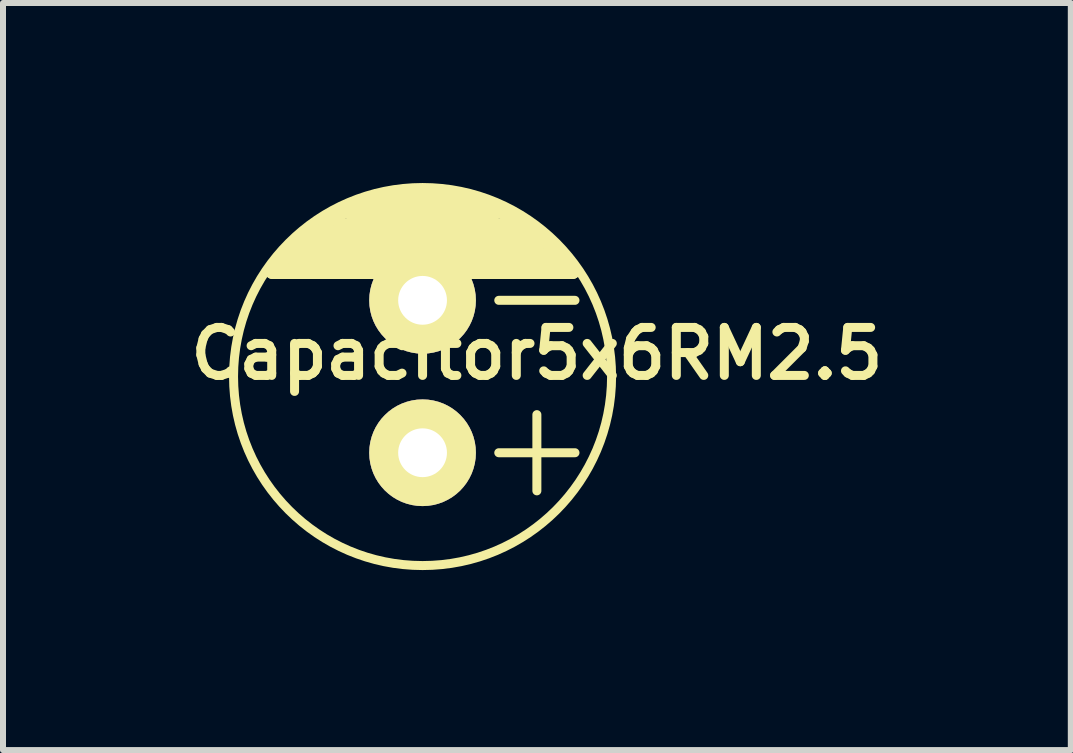
<source format=kicad_pcb>
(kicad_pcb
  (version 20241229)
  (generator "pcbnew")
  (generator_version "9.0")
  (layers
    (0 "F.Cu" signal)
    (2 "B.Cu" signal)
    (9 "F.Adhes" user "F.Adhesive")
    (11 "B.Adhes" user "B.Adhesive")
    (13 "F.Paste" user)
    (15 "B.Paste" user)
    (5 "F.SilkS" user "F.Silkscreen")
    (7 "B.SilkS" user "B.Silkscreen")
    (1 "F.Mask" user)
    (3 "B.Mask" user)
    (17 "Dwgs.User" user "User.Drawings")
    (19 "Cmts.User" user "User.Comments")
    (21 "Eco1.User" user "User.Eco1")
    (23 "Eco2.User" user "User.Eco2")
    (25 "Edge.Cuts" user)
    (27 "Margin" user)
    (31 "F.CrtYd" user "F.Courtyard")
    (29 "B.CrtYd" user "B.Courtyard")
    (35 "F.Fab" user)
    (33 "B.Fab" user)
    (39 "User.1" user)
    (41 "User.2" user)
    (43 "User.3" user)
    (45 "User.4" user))
  (footprint "Capacitor5x6RM2.5"
    (layer "F.Cu")
    (at 3.992 3.225)
    (property "Reference" "Capacitor5x6RM2.5" (at 1.905 -0.381 180) (layer "F.SilkS") (effects (font (size 0.8 0.8) (thickness 0.15))))
    (attr through_hole)
    (fp_line (start -2.25 -2) (end 2.25 -2) (stroke (width 0.25) (type solid)) (layer "F.SilkS"))
    (fp_line (start -1.75 -2.5) (end 1.75 -2.5) (stroke (width 0.25) (type solid)) (layer "F.SilkS"))
    (fp_line (start -0.75 -3) (end 0.75 -3) (stroke (width 0.25) (type solid)) (layer "F.SilkS"))
    (fp_line (start 1.25 -2.75) (end -1.25 -2.75) (stroke (width 0.25) (type solid)) (layer "F.SilkS"))
    (fp_line (start 1.27 -1.27) (end 2.54 -1.27) (stroke (width 0.15) (type solid)) (layer "F.SilkS"))
    (fp_line (start 1.905 0.635) (end 1.905 1.905) (stroke (width 0.15) (type solid)) (layer "F.SilkS"))
    (fp_line (start 2 -2.25) (end -2 -2.25) (stroke (width 0.25) (type solid)) (layer "F.SilkS"))
    (fp_line (start 2.5 -1.75) (end -2.5 -1.75) (stroke (width 0.25) (type solid)) (layer "F.SilkS"))
    (fp_line (start 2.54 1.27) (end 1.27 1.27) (stroke (width 0.15) (type solid)) (layer "F.SilkS"))
    (fp_arc (start -2.5 -1.75) (mid -0.000425 -3.051639) (end 2.499512 -1.750696) (stroke (width 0.25) (type solid)) (layer "F.SilkS"))
    (fp_circle (center 0 0) (end -3.15 0) (stroke (width 0.15) (type solid)) (fill no) (layer "F.SilkS"))
    (pad "1" thru_hole circle (at 0 1.27) (size 1.778 1.778) (drill 0.813) (layers "*.Cu" "*.Mask" "F.SilkS"))
    (pad "2" thru_hole circle (at 0 -1.27) (size 1.778 1.778) (drill 0.813) (layers "*.Cu" "*.Mask" "F.SilkS")))
  (gr_rect
    (start -3 -3)
    (end 14.795 9.45)
    (stroke (width 0.1) (type default))
    (fill no)
    (layer "Edge.Cuts")))
</source>
